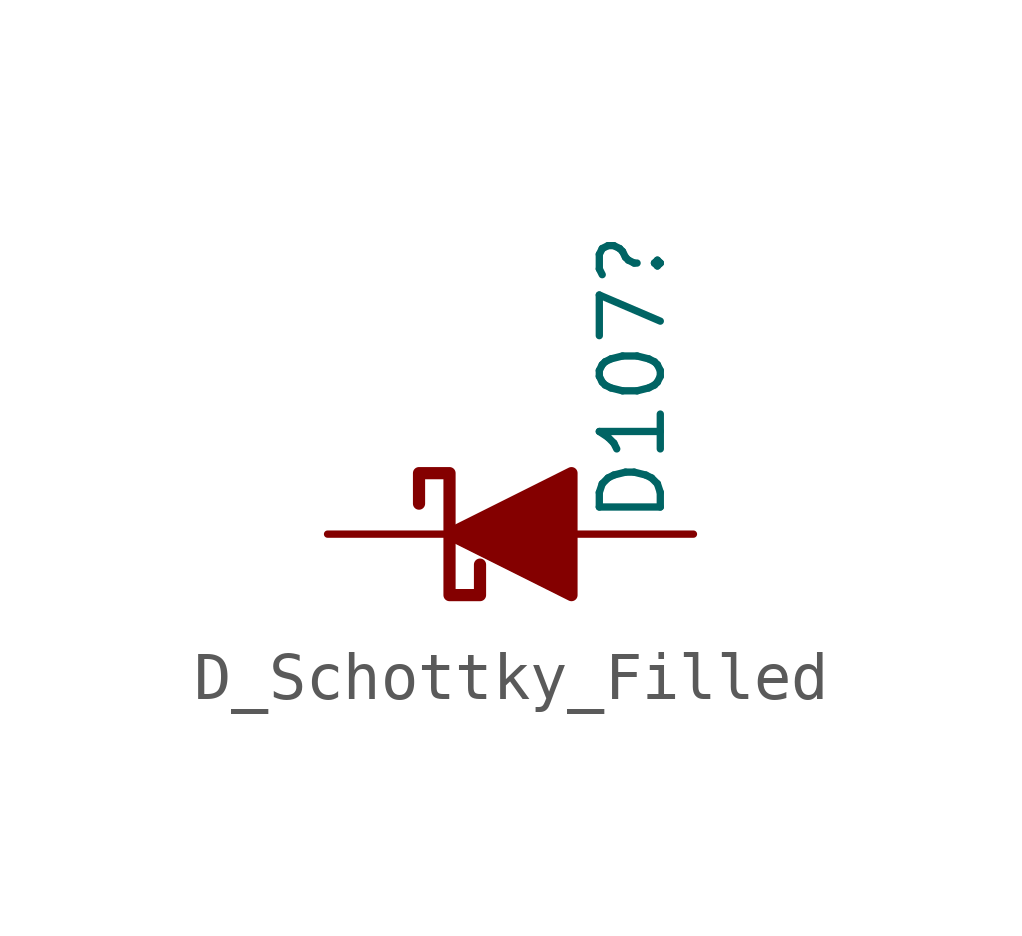
<source format=kicad_sym>
(kicad_symbol_lib
  (version 20241209)
  (generator "kicad_symbol_editor")
  (generator_version "9.0")
  (symbol "D_Schottky_Filled"
    (pin_numbers
      (hide yes))
    (pin_names
      (offset 1.016)
      (hide yes))
    (property "Reference" "D107"
      (at 2.54 6.35 90)
      (effects (font (size 1.27 1.27)) (justify right)))
    (symbol "D_Schottky_Filled_0_1"
      (polyline (pts (xy -1.905 0.635) (xy -1.905 1.27) (xy -1.27 1.27) (xy -1.27 -1.27) (xy -0.635 -1.27) (xy -0.635 -0.635)) (stroke (width 0.254) (type default)) (fill (type none)))
      (polyline (pts (xy 1.27 1.27) (xy 1.27 -1.27) (xy -1.27 0) (xy 1.27 1.27)) (stroke (width 0.254) (type default)) (fill (type outline)))
      (polyline (pts (xy 1.27 0) (xy -1.27 0)) (stroke (width 0) (type default)) (fill (type none))))
    (symbol "D_Schottky_Filled_1_1"
      (pin passive line (at -3.81 0 0) (length 2.54) (name "K" (effects (font (size 1.27 1.27)))) (number "1" (effects (font (size 1.27 1.27)))))
      (pin passive line (at 3.81 0 180) (length 2.54) (name "A" (effects (font (size 1.27 1.27)))) (number "2" (effects (font (size 1.27 1.27))))))))
</source>
